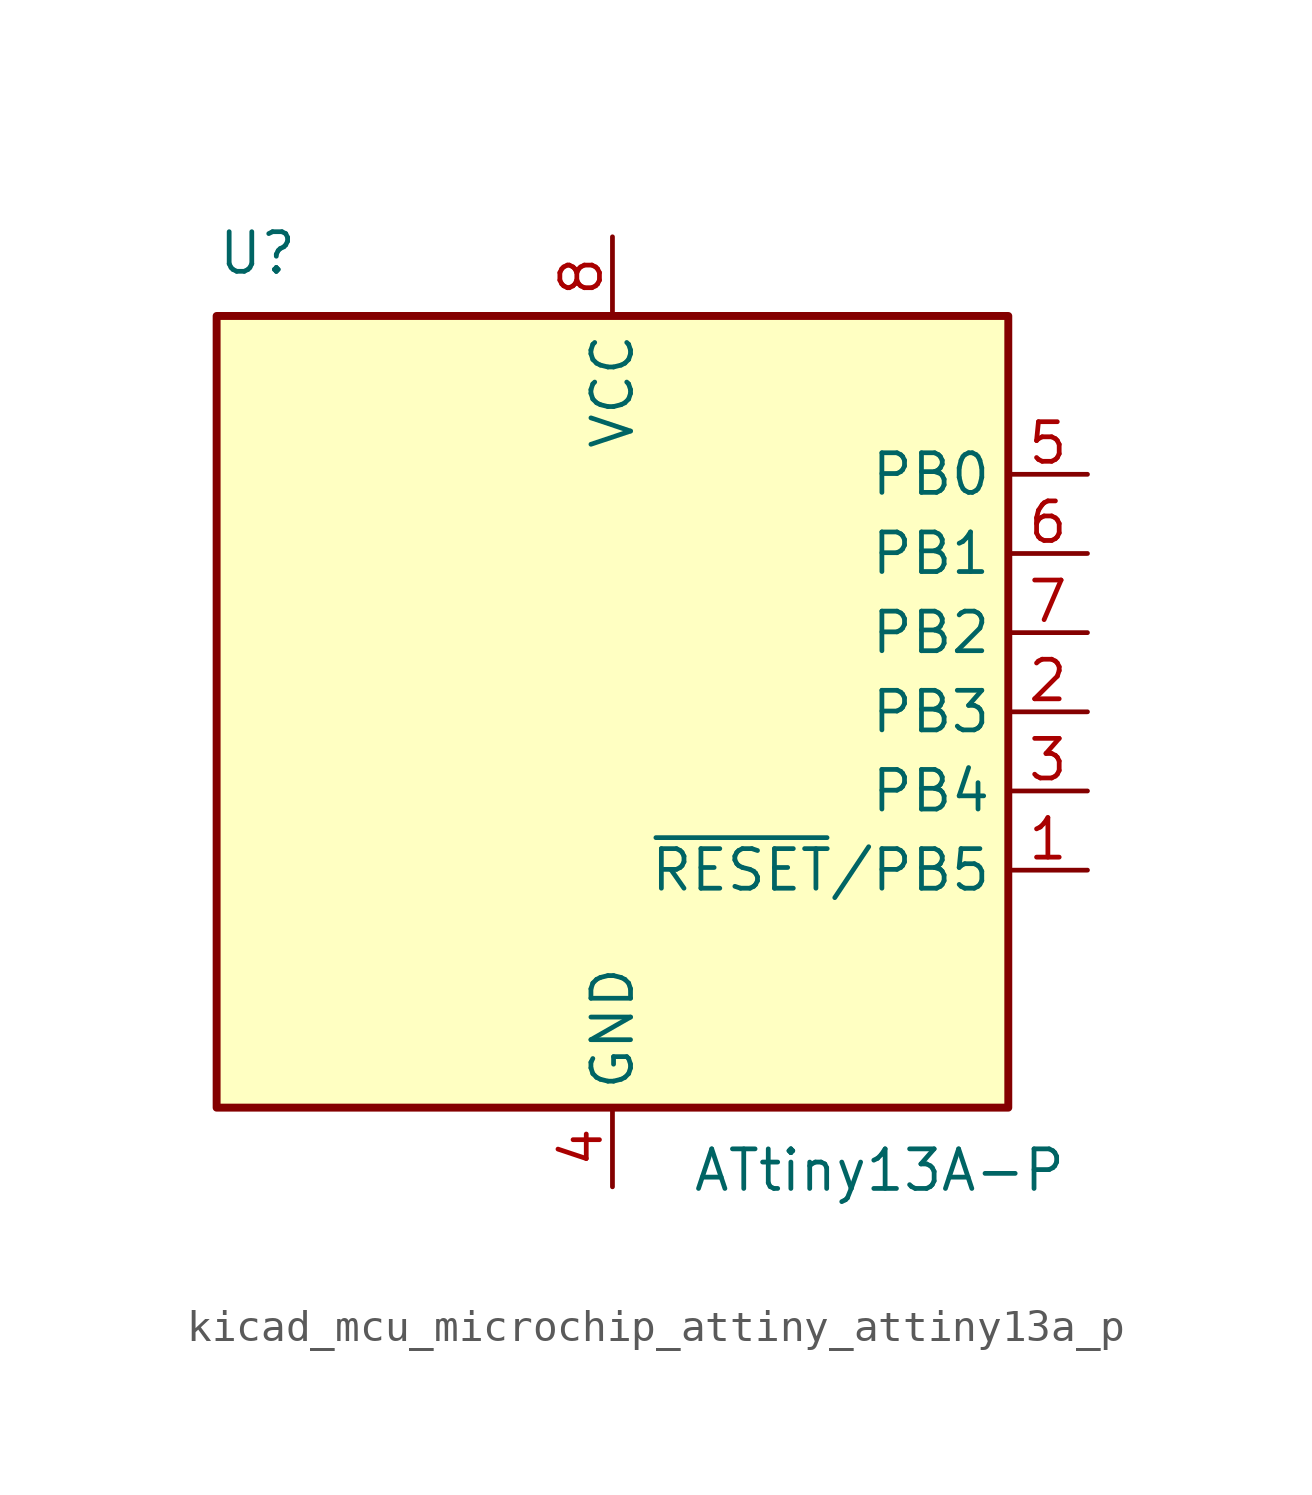
<source format=kicad_sym>
(kicad_symbol_lib
  (version 20220914)
  (generator kicad_symbol_editor)
  (symbol "kicad_mcu_microchip_attiny_attiny13a_p"
    (property "Reference" "U"
      (at -12.7 13.97 0)
      (effects (font (size 1.27 1.27)) (justify left bottom)))
    (property "Value" "ATtiny13A-P"
      (at 2.54 -13.97 0)
      (effects (font (size 1.27 1.27)) (justify left top)))
    (symbol "kicad_mcu_microchip_attiny_attiny13a_p_0_1"
      (rectangle (start -12.7 -12.7) (end 12.7 12.7) (stroke (width 0.254) (type default)) (fill (type background))))
    (symbol "kicad_mcu_microchip_attiny_attiny13a_p_1_1"
      (pin bidirectional line (at 15.24 -5.08 180) (length 2.54) (name "~{RESET}/PB5" (effects (font (size 1.27 1.27)))) (number "1" (effects (font (size 1.27 1.27)))))
      (pin bidirectional line (at 15.24 0 180) (length 2.54) (name "PB3" (effects (font (size 1.27 1.27)))) (number "2" (effects (font (size 1.27 1.27)))))
      (pin bidirectional line (at 15.24 -2.54 180) (length 2.54) (name "PB4" (effects (font (size 1.27 1.27)))) (number "3" (effects (font (size 1.27 1.27)))))
      (pin power_in line (at 0 -15.24 90) (length 2.54) (name "GND" (effects (font (size 1.27 1.27)))) (number "4" (effects (font (size 1.27 1.27)))))
      (pin bidirectional line (at 15.24 7.62 180) (length 2.54) (name "PB0" (effects (font (size 1.27 1.27)))) (number "5" (effects (font (size 1.27 1.27)))))
      (pin bidirectional line (at 15.24 5.08 180) (length 2.54) (name "PB1" (effects (font (size 1.27 1.27)))) (number "6" (effects (font (size 1.27 1.27)))))
      (pin bidirectional line (at 15.24 2.54 180) (length 2.54) (name "PB2" (effects (font (size 1.27 1.27)))) (number "7" (effects (font (size 1.27 1.27)))))
      (pin power_in line (at 0 15.24 270) (length 2.54) (name "VCC" (effects (font (size 1.27 1.27)))) (number "8" (effects (font (size 1.27 1.27))))))))
</source>
